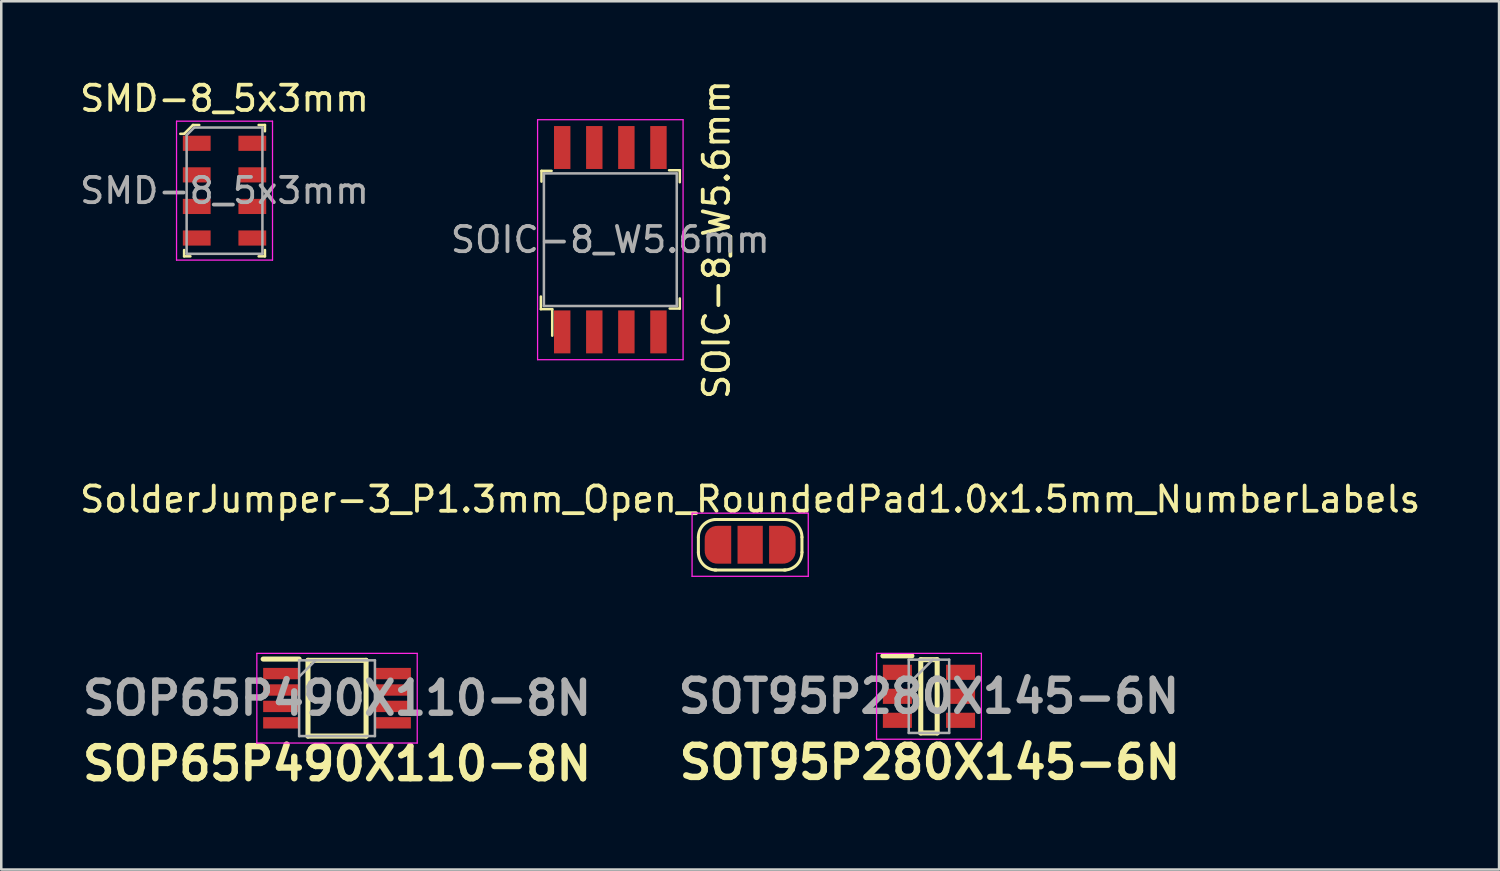
<source format=kicad_pcb>
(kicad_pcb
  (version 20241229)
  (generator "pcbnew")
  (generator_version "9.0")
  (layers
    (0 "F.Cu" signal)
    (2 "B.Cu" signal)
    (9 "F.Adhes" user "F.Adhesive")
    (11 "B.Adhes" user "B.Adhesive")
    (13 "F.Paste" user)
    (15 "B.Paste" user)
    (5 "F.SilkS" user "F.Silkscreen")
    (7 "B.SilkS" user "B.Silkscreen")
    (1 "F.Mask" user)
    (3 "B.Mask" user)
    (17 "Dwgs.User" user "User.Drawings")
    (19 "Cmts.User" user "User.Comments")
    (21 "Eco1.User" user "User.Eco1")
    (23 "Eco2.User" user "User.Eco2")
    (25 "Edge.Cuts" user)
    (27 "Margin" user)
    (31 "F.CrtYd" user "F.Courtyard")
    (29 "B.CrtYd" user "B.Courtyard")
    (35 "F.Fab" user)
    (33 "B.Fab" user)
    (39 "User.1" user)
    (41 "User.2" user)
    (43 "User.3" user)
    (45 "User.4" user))
  (footprint "SOP65P490X110-8N"
    (layer "F.Cu")
    (at 10.293 24.592)
    (property "Reference" "SOP65P490X110-8N" (at 0 2.593 180) (layer "F.SilkS") (effects (font (size 1.27 1.27) (thickness 0.254))))
    (attr smd)
    (fp_line (start -2.925 -1.55) (end -1.5 -1.55) (stroke (width 0.2) (type solid)) (layer "F.SilkS"))
    (fp_line (start -1.15 -1.5) (end 1.15 -1.5) (stroke (width 0.2) (type solid)) (layer "F.SilkS"))
    (fp_line (start -1.15 1.5) (end -1.15 -1.5) (stroke (width 0.2) (type solid)) (layer "F.SilkS"))
    (fp_line (start 1.15 -1.5) (end 1.15 1.5) (stroke (width 0.2) (type solid)) (layer "F.SilkS"))
    (fp_line (start 1.15 1.5) (end -1.15 1.5) (stroke (width 0.2) (type solid)) (layer "F.SilkS"))
    (fp_line (start -3.175 -1.775) (end 3.175 -1.775) (stroke (width 0.05) (type solid)) (layer "F.CrtYd"))
    (fp_line (start -3.175 1.775) (end -3.175 -1.775) (stroke (width 0.05) (type solid)) (layer "F.CrtYd"))
    (fp_line (start 3.175 -1.775) (end 3.175 1.775) (stroke (width 0.05) (type solid)) (layer "F.CrtYd"))
    (fp_line (start 3.175 1.775) (end -3.175 1.775) (stroke (width 0.05) (type solid)) (layer "F.CrtYd"))
    (fp_line (start -1.5 -1.5) (end 1.5 -1.5) (stroke (width 0.1) (type solid)) (layer "F.Fab"))
    (fp_line (start -1.5 -0.85) (end -0.85 -1.5) (stroke (width 0.1) (type solid)) (layer "F.Fab"))
    (fp_line (start -1.5 1.5) (end -1.5 -1.5) (stroke (width 0.1) (type solid)) (layer "F.Fab"))
    (fp_line (start 1.5 -1.5) (end 1.5 1.5) (stroke (width 0.1) (type solid)) (layer "F.Fab"))
    (fp_line (start 1.5 1.5) (end -1.5 1.5) (stroke (width 0.1) (type solid)) (layer "F.Fab"))
    (fp_text user "${REFERENCE}" (at 0 0 180) (layer "F.Fab") (effects (font (size 1.27 1.27) (thickness 0.254))))
    (pad "1" smd rect (at -2.212 -0.975 90) (size 0.45 1.425) (layers "F.Cu" "F.Mask" "F.Paste"))
    (pad "2" smd rect (at -2.212 -0.325 90) (size 0.45 1.425) (layers "F.Cu" "F.Mask" "F.Paste"))
    (pad "3" smd rect (at -2.212 0.325 90) (size 0.45 1.425) (layers "F.Cu" "F.Mask" "F.Paste"))
    (pad "4" smd rect (at -2.212 0.975 90) (size 0.45 1.425) (layers "F.Cu" "F.Mask" "F.Paste"))
    (pad "5" smd rect (at 2.212 0.975 90) (size 0.45 1.425) (layers "F.Cu" "F.Mask" "F.Paste"))
    (pad "6" smd rect (at 2.212 0.325 90) (size 0.45 1.425) (layers "F.Cu" "F.Mask" "F.Paste"))
    (pad "7" smd rect (at 2.212 -0.325 90) (size 0.45 1.425) (layers "F.Cu" "F.Mask" "F.Paste"))
    (pad "8" smd rect (at 2.212 -0.975 90) (size 0.45 1.425) (layers "F.Cu" "F.Mask" "F.Paste")))
  (footprint "SOIC-8_W5.6mm"
    (layer "F.Cu")
    (at 21.113 6.44)
    (property "Reference" "SOIC-8_W5.6mm" (at 4.204 -0.005 90) (layer "F.SilkS") (effects (font (size 1 1) (thickness 0.15))))
    (attr smd)
    (fp_line (start -2.75 2.25) (end -2.75 2.75) (stroke (width 0.1) (type solid)) (layer "F.SilkS"))
    (fp_line (start -2.75 2.75) (end -2.3 2.75) (stroke (width 0.1) (type solid)) (layer "F.SilkS"))
    (fp_line (start -2.725 -2.725) (end -2.725 -2.3) (stroke (width 0.1) (type solid)) (layer "F.SilkS"))
    (fp_line (start -2.725 -2.725) (end -2.325 -2.725) (stroke (width 0.1) (type solid)) (layer "F.SilkS"))
    (fp_line (start -2.3 2.75) (end -2.3 3.8) (stroke (width 0.1) (type solid)) (layer "F.SilkS"))
    (fp_line (start 2.75 -2.75) (end 2.325 -2.75) (stroke (width 0.1) (type solid)) (layer "F.SilkS"))
    (fp_line (start 2.75 -2.75) (end 2.75 -2.275) (stroke (width 0.1) (type solid)) (layer "F.SilkS"))
    (fp_line (start 2.75 2.725) (end 2.35 2.725) (stroke (width 0.1) (type solid)) (layer "F.SilkS"))
    (fp_line (start 2.75 2.725) (end 2.75 2.325) (stroke (width 0.1) (type solid)) (layer "F.SilkS"))
    (fp_line (start -2.88 -4.75) (end -2.88 4.75) (stroke (width 0.05) (type solid)) (layer "F.CrtYd"))
    (fp_line (start 2.88 -4.75) (end -2.88 -4.75) (stroke (width 0.05) (type solid)) (layer "F.CrtYd"))
    (fp_line (start 2.88 -4.75) (end 2.88 4.75) (stroke (width 0.05) (type solid)) (layer "F.CrtYd"))
    (fp_line (start 2.88 4.75) (end -2.88 4.75) (stroke (width 0.05) (type solid)) (layer "F.CrtYd"))
    (fp_line (start -2.63 -2.625) (end -2.63 2.625) (stroke (width 0.1) (type solid)) (layer "F.Fab"))
    (fp_line (start -2.63 -2.625) (end 2.63 -2.625) (stroke (width 0.1) (type solid)) (layer "F.Fab"))
    (fp_line (start -2.63 2.625) (end 2.63 2.625) (stroke (width 0.1) (type solid)) (layer "F.Fab"))
    (fp_line (start 2.63 -2.625) (end 2.63 2.625) (stroke (width 0.1) (type solid)) (layer "F.Fab"))
    (fp_text user "${REFERENCE}" (at 0 0 180) (layer "F.Fab") (effects (font (size 1 1) (thickness 0.15))))
    (pad "1" smd rect (at -1.905 3.65) (size 0.65 1.7) (layers "F.Cu" "F.Mask" "F.Paste"))
    (pad "2" smd rect (at -0.635 3.65) (size 0.65 1.7) (layers "F.Cu" "F.Mask" "F.Paste"))
    (pad "3" smd rect (at 0.635 3.65) (size 0.65 1.7) (layers "F.Cu" "F.Mask" "F.Paste"))
    (pad "4" smd rect (at 1.905 3.65) (size 0.65 1.7) (layers "F.Cu" "F.Mask" "F.Paste"))
    (pad "5" smd rect (at 1.905 -3.65) (size 0.65 1.7) (layers "F.Cu" "F.Mask" "F.Paste"))
    (pad "6" smd rect (at 0.635 -3.65) (size 0.65 1.7) (layers "F.Cu" "F.Mask" "F.Paste"))
    (pad "7" smd rect (at -0.635 -3.65) (size 0.65 1.7) (layers "F.Cu" "F.Mask" "F.Paste"))
    (pad "8" smd rect (at -1.905 -3.65) (size 0.65 1.7) (layers "F.Cu" "F.Mask" "F.Paste")))
  (footprint "SMD-8_5x3mm"
    (layer "F.Cu")
    (at 5.839 4.498)
    (property "Reference" "SMD-8_5x3mm" (at 0 -3.65 0) (layer "F.SilkS") (effects (font (size 1 1) (thickness 0.15))))
    (attr smd)
    (fp_line (start -1.75 -2.25) (end -1.6 -2.25) (stroke (width 0.1) (type solid)) (layer "F.SilkS"))
    (fp_line (start -1.6 -2.25) (end -1.25 -2.6) (stroke (width 0.1) (type solid)) (layer "F.SilkS"))
    (fp_line (start -1.6 2.6) (end -1.6 2.35) (stroke (width 0.1) (type solid)) (layer "F.SilkS"))
    (fp_line (start -1.6 2.6) (end -1.35 2.6) (stroke (width 0.1) (type solid)) (layer "F.SilkS"))
    (fp_line (start -1.25 -2.6) (end -1 -2.6) (stroke (width 0.1) (type solid)) (layer "F.SilkS"))
    (fp_line (start 1.6 -2.6) (end 1.35 -2.6) (stroke (width 0.1) (type solid)) (layer "F.SilkS"))
    (fp_line (start 1.6 -2.6) (end 1.6 -2.35) (stroke (width 0.1) (type solid)) (layer "F.SilkS"))
    (fp_line (start 1.6 2.6) (end 1.35 2.6) (stroke (width 0.1) (type solid)) (layer "F.SilkS"))
    (fp_line (start 1.6 2.6) (end 1.6 2.35) (stroke (width 0.1) (type solid)) (layer "F.SilkS"))
    (fp_line (start -1.9 -2.75) (end -1.9 2.75) (stroke (width 0.05) (type solid)) (layer "F.CrtYd"))
    (fp_line (start 1.9 -2.75) (end -1.9 -2.75) (stroke (width 0.05) (type solid)) (layer "F.CrtYd"))
    (fp_line (start 1.9 -2.75) (end 1.9 2.75) (stroke (width 0.05) (type solid)) (layer "F.CrtYd"))
    (fp_line (start 1.9 2.75) (end -1.9 2.75) (stroke (width 0.05) (type solid)) (layer "F.CrtYd"))
    (fp_line (start -1.5 -2.2) (end -1.5 2.5) (stroke (width 0.1) (type solid)) (layer "F.Fab"))
    (fp_line (start -1.5 -2.2) (end -1.2 -2.5) (stroke (width 0.1) (type solid)) (layer "F.Fab"))
    (fp_line (start -1.5 2.5) (end 1.5 2.5) (stroke (width 0.1) (type solid)) (layer "F.Fab"))
    (fp_line (start -1.2 -2.5) (end 1.5 -2.5) (stroke (width 0.1) (type solid)) (layer "F.Fab"))
    (fp_line (start 1.5 -2.5) (end 1.5 2.5) (stroke (width 0.1) (type solid)) (layer "F.Fab"))
    (fp_text user "${REFERENCE}" (at 0 0 0) (layer "F.Fab") (effects (font (size 1 1) (thickness 0.15))))
    (pad "1" smd rect (at -1.1 -1.875) (size 1.1 0.6) (layers "F.Cu" "F.Mask" "F.Paste"))
    (pad "2" smd rect (at -1.1 -0.625) (size 1.1 0.6) (layers "F.Cu" "F.Mask" "F.Paste"))
    (pad "3" smd rect (at -1.1 0.625) (size 1.1 0.6) (layers "F.Cu" "F.Mask" "F.Paste"))
    (pad "4" smd rect (at -1.1 1.875) (size 1.1 0.6) (layers "F.Cu" "F.Mask" "F.Paste"))
    (pad "5" smd rect (at 1.1 1.875) (size 1.1 0.6) (layers "F.Cu" "F.Mask" "F.Paste"))
    (pad "6" smd rect (at 1.1 0.625) (size 1.1 0.6) (layers "F.Cu" "F.Mask" "F.Paste"))
    (pad "7" smd rect (at 1.1 -0.625) (size 1.1 0.6) (layers "F.Cu" "F.Mask" "F.Paste"))
    (pad "8" smd rect (at 1.1 -1.875) (size 1.1 0.6) (layers "F.Cu" "F.Mask" "F.Paste")))
  (footprint "SOT95P280X145-6N"
    (layer "F.Cu")
    (at 33.728 24.517)
    (property "Reference" "SOT95P280X145-6N" (at 0.038 2.616 0) (layer "F.SilkS") (effects (font (size 1.27 1.27) (thickness 0.254))))
    (attr smd)
    (fp_line (start -1.825 -1.6) (end -0.675 -1.6) (stroke (width 0.2) (type solid)) (layer "F.SilkS"))
    (fp_line (start -0.325 -1.45) (end 0.325 -1.45) (stroke (width 0.2) (type solid)) (layer "F.SilkS"))
    (fp_line (start -0.325 1.45) (end -0.325 -1.45) (stroke (width 0.2) (type solid)) (layer "F.SilkS"))
    (fp_line (start 0.325 -1.45) (end 0.325 1.45) (stroke (width 0.2) (type solid)) (layer "F.SilkS"))
    (fp_line (start 0.325 1.45) (end -0.325 1.45) (stroke (width 0.2) (type solid)) (layer "F.SilkS"))
    (fp_line (start -2.075 -1.7) (end 2.075 -1.7) (stroke (width 0.05) (type solid)) (layer "F.CrtYd"))
    (fp_line (start -2.075 1.7) (end -2.075 -1.7) (stroke (width 0.05) (type solid)) (layer "F.CrtYd"))
    (fp_line (start 2.075 -1.7) (end 2.075 1.7) (stroke (width 0.05) (type solid)) (layer "F.CrtYd"))
    (fp_line (start 2.075 1.7) (end -2.075 1.7) (stroke (width 0.05) (type solid)) (layer "F.CrtYd"))
    (fp_line (start -0.8 -1.45) (end 0.8 -1.45) (stroke (width 0.1) (type solid)) (layer "F.Fab"))
    (fp_line (start -0.8 -0.5) (end 0.15 -1.45) (stroke (width 0.1) (type solid)) (layer "F.Fab"))
    (fp_line (start -0.8 1.45) (end -0.8 -1.45) (stroke (width 0.1) (type solid)) (layer "F.Fab"))
    (fp_line (start 0.8 -1.45) (end 0.8 1.45) (stroke (width 0.1) (type solid)) (layer "F.Fab"))
    (fp_line (start 0.8 1.45) (end -0.8 1.45) (stroke (width 0.1) (type solid)) (layer "F.Fab"))
    (fp_text user "${REFERENCE}" (at 0 0 180) (layer "F.Fab") (effects (font (size 1.27 1.27) (thickness 0.254))))
    (pad "1" smd rect (at -1.25 -0.95 90) (size 0.6 1.15) (layers "F.Cu" "F.Mask" "F.Paste"))
    (pad "2" smd rect (at -1.25 0 90) (size 0.6 1.15) (layers "F.Cu" "F.Mask" "F.Paste"))
    (pad "3" smd rect (at -1.25 0.95 90) (size 0.6 1.15) (layers "F.Cu" "F.Mask" "F.Paste"))
    (pad "4" smd rect (at 1.25 0.95 90) (size 0.6 1.15) (layers "F.Cu" "F.Mask" "F.Paste"))
    (pad "5" smd rect (at 1.25 0 90) (size 0.6 1.15) (layers "F.Cu" "F.Mask" "F.Paste"))
    (pad "6" smd rect (at 1.25 -0.95 90) (size 0.6 1.15) (layers "F.Cu" "F.Mask" "F.Paste")))
  (footprint "SolderJumper-3_P1.3mm_Open_RoundedPad1.0x1.5mm_NumberLabels"
    (layer "F.Cu")
    (at 26.649 18.517)
    (property "Reference" "SolderJumper-3_P1.3mm_Open_RoundedPad1.0x1.5mm_NumberLabels" (at 0 -1.8 180) (layer "F.SilkS") (effects (font (size 1 1) (thickness 0.15))))
    (attr exclude_from_pos_files exclude_from_bom)
    (fp_line (start -2.05 0.3) (end -2.05 -0.3) (stroke (width 0.12) (type solid)) (layer "F.SilkS"))
    (fp_line (start -1.4 -1) (end 1.4 -1) (stroke (width 0.12) (type solid)) (layer "F.SilkS"))
    (fp_line (start 1.4 1) (end -1.4 1) (stroke (width 0.12) (type solid)) (layer "F.SilkS"))
    (fp_line (start 2.05 -0.3) (end 2.05 0.3) (stroke (width 0.12) (type solid)) (layer "F.SilkS"))
    (fp_arc (start -2.05 -0.3) (mid -1.844975 -0.794975) (end -1.35 -1) (stroke (width 0.12) (type solid)) (layer "F.SilkS"))
    (fp_arc (start -1.35 1) (mid -1.844975 0.794975) (end -2.05 0.3) (stroke (width 0.12) (type solid)) (layer "F.SilkS"))
    (fp_arc (start 1.35 -1) (mid 1.844975 -0.794975) (end 2.05 -0.3) (stroke (width 0.12) (type solid)) (layer "F.SilkS"))
    (fp_arc (start 2.05 0.3) (mid 1.844975 0.794975) (end 1.35 1) (stroke (width 0.12) (type solid)) (layer "F.SilkS"))
    (fp_line (start -2.3 -1.25) (end -2.3 1.25) (stroke (width 0.05) (type solid)) (layer "F.CrtYd"))
    (fp_line (start -2.3 -1.25) (end 2.3 -1.25) (stroke (width 0.05) (type solid)) (layer "F.CrtYd"))
    (fp_line (start 2.3 1.25) (end -2.3 1.25) (stroke (width 0.05) (type solid)) (layer "F.CrtYd"))
    (fp_line (start 2.3 1.25) (end 2.3 -1.25) (stroke (width 0.05) (type solid)) (layer "F.CrtYd"))
    (pad "1" smd custom (at -1.3 0) (size 1 0.5) (layers "F.Cu" "F.Mask") (options (anchor rect)) (primitives (gr_circle (center 0 0.25) (end 0.5 0.25) (width 0) (fill yes)) (gr_circle (center 0 -0.25) (end 0.5 -0.25) (width 0) (fill yes)) (gr_poly (pts (xy 0.55 -0.75) (xy 0 -0.75) (xy 0 0.75) (xy 0.55 0.75)) (width 0) (fill yes))))
    (pad "2" smd rect (at 0 0) (size 1 1.5) (layers "F.Cu" "F.Mask"))
    (pad "3" smd custom (at 1.3 0) (size 1 0.5) (layers "F.Cu" "F.Mask") (options (anchor rect)) (primitives (gr_circle (center 0 0.25) (end 0.5 0.25) (width 0) (fill yes)) (gr_circle (center 0 -0.25) (end 0.5 -0.25) (width 0) (fill yes)) (gr_poly (pts (xy -0.55 -0.75) (xy 0 -0.75) (xy 0 0.75) (xy -0.55 0.75)) (width 0) (fill yes)))))
  (gr_rect
    (start -3 -3)
    (end 56.298 31.374)
    (stroke (width 0.1) (type default))
    (fill no)
    (layer "Edge.Cuts")))
</source>
